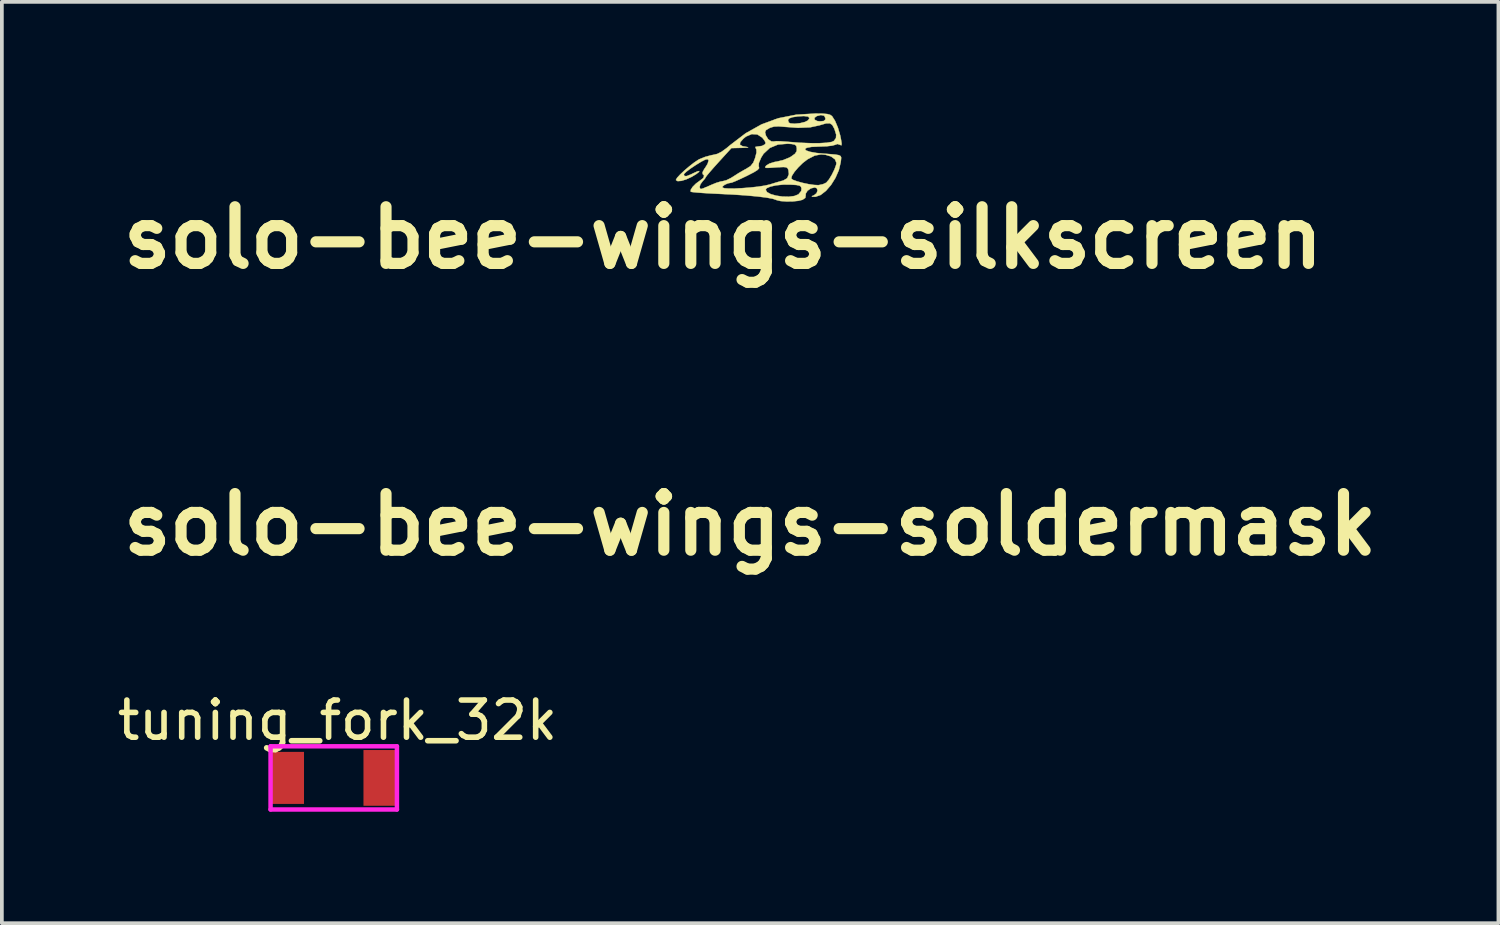
<source format=kicad_pcb>
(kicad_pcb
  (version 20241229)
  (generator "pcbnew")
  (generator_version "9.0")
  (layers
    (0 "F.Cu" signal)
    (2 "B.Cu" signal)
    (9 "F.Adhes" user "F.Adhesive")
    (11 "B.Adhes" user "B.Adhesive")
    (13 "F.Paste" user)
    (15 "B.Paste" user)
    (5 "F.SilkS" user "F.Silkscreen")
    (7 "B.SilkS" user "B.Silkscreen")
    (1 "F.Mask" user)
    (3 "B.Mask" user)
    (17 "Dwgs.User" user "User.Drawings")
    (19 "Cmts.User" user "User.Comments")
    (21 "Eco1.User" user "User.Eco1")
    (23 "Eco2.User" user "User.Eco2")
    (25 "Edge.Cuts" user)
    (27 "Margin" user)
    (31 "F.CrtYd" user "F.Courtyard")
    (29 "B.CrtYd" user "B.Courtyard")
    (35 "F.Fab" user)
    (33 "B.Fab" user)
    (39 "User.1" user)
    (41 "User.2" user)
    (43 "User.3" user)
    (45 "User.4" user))
  (footprint "tuning_fork_32k"
    (layer "F.Cu")
    (at 5.68 17.881)
    (property "Reference" "tuning_fork_32k" (at 0.35 -1.55 0) (layer "F.SilkS") (effects (font (size 1 1) (thickness 0.15))))
    (attr through_hole)
    (fp_line (start -1.45 -0.85) (end 1.95 -0.85) (stroke (width 0.12) (type solid)) (layer "F.CrtYd"))
    (fp_line (start -1.45 0.85) (end -1.45 -0.85) (stroke (width 0.12) (type solid)) (layer "F.CrtYd"))
    (fp_line (start 1.95 -0.85) (end 1.95 0.85) (stroke (width 0.12) (type solid)) (layer "F.CrtYd"))
    (fp_line (start 1.95 0.85) (end -1.45 0.85) (stroke (width 0.12) (type solid)) (layer "F.CrtYd"))
    (pad "1" smd rect (at -1 0) (size 0.9 1.4) (layers "F.Cu" "F.Mask" "F.Paste"))
    (pad "2" smd rect (at 1.5 0) (size 0.9 1.5) (layers "F.Cu" "F.Mask" "F.Paste")))
  (footprint "solo-bee-wings-soldermask"
    (layer "F.Cu")
    (at 17.134 11.065)
    (property "Reference" "solo-bee-wings-soldermask" (at 0 0 0) (layer "F.SilkS") (effects (font (size 1.524 1.524) (thickness 0.3))))
    (attr through_hole)
    (fp_poly (pts (xy 2.625 -1.122) (xy 2.603 -1.101) (xy 2.582 -1.122) (xy 2.603 -1.143) (xy 2.625 -1.122)) (stroke (width 0.01) (type solid)) (fill yes) (layer "F.Mask"))
    (fp_poly (pts (xy 3.006 -1.503) (xy 2.985 -1.482) (xy 2.963 -1.503) (xy 2.985 -1.524) (xy 3.006 -1.503)) (stroke (width 0.01) (type solid)) (fill yes) (layer "F.Mask"))
    (fp_poly (pts (xy 3.09 -3.027) (xy 3.069 -3.006) (xy 3.048 -3.027) (xy 3.069 -3.048) (xy 3.09 -3.027)) (stroke (width 0.01) (type solid)) (fill yes) (layer "F.Mask"))
    (fp_poly (pts (xy 3.09 -1.672) (xy 3.069 -1.651) (xy 3.048 -1.672) (xy 3.069 -1.693) (xy 3.09 -1.672)) (stroke (width 0.01) (type solid)) (fill yes) (layer "F.Mask"))
    (fp_poly (pts (xy 3.175 -2.773) (xy 3.154 -2.752) (xy 3.133 -2.773) (xy 3.154 -2.794) (xy 3.175 -2.773)) (stroke (width 0.01) (type solid)) (fill yes) (layer "F.Mask"))
    (fp_poly (pts (xy 3.175 -1.926) (xy 3.154 -1.905) (xy 3.133 -1.926) (xy 3.154 -1.947) (xy 3.175 -1.926)) (stroke (width 0.01) (type solid)) (fill yes) (layer "F.Mask"))
    (fp_poly (pts (xy 3.217 -2.519) (xy 3.196 -2.498) (xy 3.175 -2.519) (xy 3.196 -2.54) (xy 3.217 -2.519)) (stroke (width 0.01) (type solid)) (fill yes) (layer "F.Mask"))
    (fp_poly (pts (xy 3.217 -2.18) (xy 3.196 -2.159) (xy 3.175 -2.18) (xy 3.196 -2.201) (xy 3.217 -2.18)) (stroke (width 0.01) (type solid)) (fill yes) (layer "F.Mask"))
    (fp_poly (pts (xy 2.501 -1.308) (xy 2.53 -1.257) (xy 2.496 -1.191) (xy 2.434 -1.151) (xy 2.321 -1.108) (xy 2.255 -1.111) (xy 2.22 -1.147) (xy 2.221 -1.212) (xy 2.283 -1.275) (xy 2.383 -1.317) (xy 2.411 -1.322) (xy 2.501 -1.308)) (stroke (width 0.01) (type solid)) (fill yes) (layer "F.Mask"))
    (fp_poly (pts (xy 2.692 -3.273) (xy 2.743 -3.21) (xy 2.744 -3.207) (xy 2.734 -3.153) (xy 2.666 -3.134) (xy 2.63 -3.133) (xy 2.53 -3.147) (xy 2.474 -3.18) (xy 2.477 -3.239) (xy 2.503 -3.265) (xy 2.6 -3.294) (xy 2.692 -3.273)) (stroke (width 0.01) (type solid)) (fill yes) (layer "F.Mask"))
    (fp_poly (pts (xy 2.311 -3.247) (xy 2.312 -3.196) (xy 2.263 -3.147) (xy 2.176 -3.111) (xy 2.055 -3.092) (xy 1.924 -3.09) (xy 1.812 -3.103) (xy 1.745 -3.133) (xy 1.736 -3.153) (xy 1.751 -3.194) (xy 1.806 -3.225) (xy 1.916 -3.25) (xy 2.094 -3.273) (xy 2.106 -3.274) (xy 2.239 -3.275) (xy 2.311 -3.247)) (stroke (width 0.01) (type solid)) (fill yes) (layer "F.Mask"))
    (fp_poly (pts (xy 1.006 -2.725) (xy 1.031 -2.706) (xy 1.121 -2.612) (xy 1.136 -2.534) (xy 1.076 -2.481) (xy 0.991 -2.465) (xy 0.862 -2.457) (xy 0.716 -2.457) (xy 0.58 -2.464) (xy 0.481 -2.478) (xy 0.447 -2.494) (xy 0.459 -2.545) (xy 0.519 -2.626) (xy 0.553 -2.663) (xy 0.702 -2.768) (xy 0.854 -2.789) (xy 1.006 -2.725)) (stroke (width 0.01) (type solid)) (fill yes) (layer "F.Mask"))
    (fp_poly (pts (xy -0.384 -2.089) (xy -0.401 -2.014) (xy -0.47 -1.906) (xy -0.484 -1.889) (xy -0.559 -1.817) (xy -0.619 -1.792) (xy -0.628 -1.795) (xy -0.689 -1.792) (xy -0.786 -1.752) (xy -0.812 -1.737) (xy -0.949 -1.667) (xy -1.031 -1.657) (xy -1.057 -1.704) (xy -1.023 -1.746) (xy -0.935 -1.815) (xy -0.815 -1.9) (xy -0.682 -1.985) (xy -0.557 -2.058) (xy -0.461 -2.106) (xy -0.422 -2.117) (xy -0.384 -2.089)) (stroke (width 0.01) (type solid)) (fill yes) (layer "F.Mask"))
    (fp_poly (pts (xy 1.956 -1.422) (xy 2.047 -1.406) (xy 2.091 -1.378) (xy 2.108 -1.332) (xy 2.108 -1.327) (xy 2.083 -1.226) (xy 2.025 -1.168) (xy 1.909 -1.124) (xy 1.744 -1.105) (xy 1.559 -1.109) (xy 1.385 -1.137) (xy 1.281 -1.175) (xy 1.19 -1.232) (xy 1.144 -1.286) (xy 1.143 -1.293) (xy 1.182 -1.341) (xy 1.288 -1.383) (xy 1.442 -1.414) (xy 1.626 -1.431) (xy 1.799 -1.431) (xy 1.956 -1.422)) (stroke (width 0.01) (type solid)) (fill yes) (layer "F.Mask"))
    (fp_poly (pts (xy 3.132 -2.496) (xy 3.167 -2.418) (xy 3.178 -2.309) (xy 3.143 -2.228) (xy 3.077 -2.193) (xy 2.999 -2.222) (xy 2.989 -2.232) (xy 2.936 -2.248) (xy 2.819 -2.266) (xy 2.663 -2.281) (xy 2.612 -2.285) (xy 2.436 -2.299) (xy 2.328 -2.317) (xy 2.272 -2.344) (xy 2.252 -2.381) (xy 2.253 -2.417) (xy 2.285 -2.438) (xy 2.361 -2.45) (xy 2.498 -2.455) (xy 2.619 -2.455) (xy 2.791 -2.46) (xy 2.929 -2.472) (xy 3.012 -2.489) (xy 3.027 -2.498) (xy 3.079 -2.538) (xy 3.132 -2.496)) (stroke (width 0.01) (type solid)) (fill yes) (layer "F.Mask"))
    (fp_poly (pts (xy 2.907 -2.191) (xy 3.004 -2.113) (xy 3.03 -2.055) (xy 3.023 -1.967) (xy 2.979 -1.837) (xy 2.912 -1.69) (xy 2.832 -1.554) (xy 2.789 -1.497) (xy 2.718 -1.464) (xy 2.587 -1.447) (xy 2.419 -1.447) (xy 2.239 -1.461) (xy 2.069 -1.492) (xy 2.046 -1.498) (xy 1.93 -1.534) (xy 1.853 -1.566) (xy 1.84 -1.575) (xy 1.844 -1.625) (xy 1.895 -1.716) (xy 1.978 -1.83) (xy 2.079 -1.947) (xy 2.185 -2.049) (xy 2.247 -2.098) (xy 2.415 -2.184) (xy 2.593 -2.228) (xy 2.764 -2.23) (xy 2.907 -2.191)) (stroke (width 0.01) (type solid)) (fill yes) (layer "F.Mask"))
    (fp_poly (pts (xy 0.712 -2.409) (xy 0.834 -2.399) (xy 0.898 -2.385) (xy 0.902 -2.381) (xy 0.9 -2.326) (xy 0.874 -2.22) (xy 0.851 -2.148) (xy 0.815 -2.053) (xy 0.77 -1.98) (xy 0.701 -1.914) (xy 0.591 -1.84) (xy 0.424 -1.742) (xy 0.412 -1.735) (xy 0.248 -1.646) (xy 0.105 -1.575) (xy 0.002 -1.532) (xy -0.032 -1.524) (xy -0.109 -1.506) (xy -0.231 -1.462) (xy -0.332 -1.418) (xy -0.484 -1.35) (xy -0.575 -1.32) (xy -0.621 -1.324) (xy -0.635 -1.362) (xy -0.635 -1.374) (xy -0.609 -1.446) (xy -0.545 -1.537) (xy -0.54 -1.543) (xy -0.455 -1.64) (xy -0.349 -1.765) (xy -0.296 -1.827) (xy -0.182 -1.96) (xy -0.048 -2.113) (xy 0.038 -2.208) (xy 0.223 -2.413) (xy 0.554 -2.413) (xy 0.712 -2.409)) (stroke (width 0.01) (type solid)) (fill yes) (layer "F.Mask"))
    (fp_poly (pts (xy 2.896 -3.066) (xy 2.913 -3.055) (xy 2.975 -2.972) (xy 3.008 -2.846) (xy 3.008 -2.715) (xy 2.977 -2.627) (xy 2.942 -2.587) (xy 2.891 -2.562) (xy 2.808 -2.549) (xy 2.674 -2.545) (xy 2.485 -2.546) (xy 2.256 -2.552) (xy 2.015 -2.563) (xy 1.802 -2.577) (xy 1.736 -2.583) (xy 1.579 -2.595) (xy 1.456 -2.6) (xy 1.39 -2.596) (xy 1.386 -2.595) (xy 1.303 -2.591) (xy 1.216 -2.647) (xy 1.152 -2.744) (xy 1.149 -2.752) (xy 1.128 -2.839) (xy 1.154 -2.892) (xy 1.237 -2.94) (xy 1.355 -2.985) (xy 1.489 -3.002) (xy 1.661 -2.993) (xy 1.879 -2.959) (xy 2.052 -2.936) (xy 2.2 -2.939) (xy 2.371 -2.972) (xy 2.413 -2.983) (xy 2.608 -3.032) (xy 2.737 -3.062) (xy 2.817 -3.077) (xy 2.865 -3.077) (xy 2.896 -3.066)) (stroke (width 0.01) (type solid)) (fill yes) (layer "F.Mask"))
    (fp_poly (pts (xy 1.881 -2.523) (xy 1.969 -2.476) (xy 1.991 -2.403) (xy 1.958 -2.316) (xy 1.88 -2.228) (xy 1.769 -2.151) (xy 1.633 -2.095) (xy 1.485 -2.074) (xy 1.485 -2.074) (xy 1.311 -2.043) (xy 1.198 -1.971) (xy 1.079 -1.867) (xy 1.377 -1.892) (xy 1.543 -1.901) (xy 1.646 -1.895) (xy 1.707 -1.87) (xy 1.731 -1.847) (xy 1.771 -1.743) (xy 1.745 -1.636) (xy 1.663 -1.557) (xy 1.619 -1.541) (xy 1.513 -1.512) (xy 1.366 -1.469) (xy 1.27 -1.439) (xy 1.146 -1.41) (xy 0.975 -1.383) (xy 0.776 -1.36) (xy 0.567 -1.343) (xy 0.366 -1.331) (xy 0.19 -1.327) (xy 0.057 -1.332) (xy -0.014 -1.347) (xy -0.02 -1.352) (xy -0.027 -1.39) (xy 0.018 -1.421) (xy 0.13 -1.454) (xy 0.146 -1.458) (xy 0.239 -1.489) (xy 0.383 -1.549) (xy 0.554 -1.626) (xy 0.642 -1.669) (xy 0.826 -1.764) (xy 0.935 -1.833) (xy 0.973 -1.879) (xy 0.968 -1.894) (xy 0.956 -1.96) (xy 0.988 -2.066) (xy 1.051 -2.19) (xy 1.134 -2.309) (xy 1.223 -2.401) (xy 1.255 -2.423) (xy 1.41 -2.485) (xy 1.599 -2.525) (xy 1.783 -2.536) (xy 1.881 -2.523)) (stroke (width 0.01) (type solid)) (fill yes) (layer "F.Mask")))
  (footprint "solo-bee-wings-silkscreen"
    (layer "F.Cu")
    (at 16.408 3.348)
    (property "Reference" "solo-bee-wings-silkscreen" (at 0 0 0) (layer "F.SilkS") (effects (font (size 1.524 1.524) (thickness 0.3))))
    (attr through_hole)
    (fp_poly (pts (xy 2.674 -3.341) (xy 2.801 -3.33) (xy 2.88 -3.308) (xy 2.93 -3.273) (xy 2.932 -3.27) (xy 3.01 -3.147) (xy 3.086 -2.967) (xy 3.148 -2.757) (xy 3.169 -2.656) (xy 3.188 -2.538) (xy 3.184 -2.489) (xy 3.157 -2.495) (xy 3.151 -2.5) (xy 3.074 -2.524) (xy 3.011 -2.501) (xy 2.93 -2.479) (xy 2.791 -2.463) (xy 2.622 -2.456) (xy 2.588 -2.455) (xy 2.378 -2.446) (xy 2.25 -2.422) (xy 2.201 -2.389) (xy 2.229 -2.351) (xy 2.333 -2.314) (xy 2.512 -2.282) (xy 2.646 -2.269) (xy 2.869 -2.252) (xy 3.02 -2.239) (xy 3.113 -2.223) (xy 3.161 -2.198) (xy 3.176 -2.158) (xy 3.171 -2.097) (xy 3.161 -2.025) (xy 3.112 -1.819) (xy 3.022 -1.613) (xy 2.903 -1.422) (xy 2.766 -1.263) (xy 2.623 -1.152) (xy 2.487 -1.104) (xy 2.466 -1.103) (xy 2.388 -1.107) (xy 2.389 -1.12) (xy 2.445 -1.144) (xy 2.514 -1.2) (xy 2.54 -1.273) (xy 2.52 -1.334) (xy 2.465 -1.355) (xy 2.359 -1.329) (xy 2.269 -1.265) (xy 2.221 -1.187) (xy 2.221 -1.146) (xy 2.21 -1.074) (xy 2.136 -1.023) (xy 2.027 -0.995) (xy 1.872 -0.979) (xy 1.703 -0.977) (xy 1.549 -0.988) (xy 1.443 -1.012) (xy 1.431 -1.018) (xy 1.333 -1.051) (xy 1.157 -1.083) (xy 0.911 -1.113) (xy 0.601 -1.141) (xy 0.235 -1.165) (xy -0.095 -1.181) (xy -0.339 -1.193) (xy -0.553 -1.206) (xy -0.722 -1.219) (xy -0.834 -1.231) (xy -0.872 -1.239) (xy -0.872 -1.291) (xy -0.87 -1.293) (xy 1.143 -1.293) (xy 1.182 -1.228) (xy 1.284 -1.173) (xy 1.429 -1.133) (xy 1.597 -1.109) (xy 1.766 -1.105) (xy 1.915 -1.124) (xy 2.025 -1.168) (xy 2.1 -1.258) (xy 2.108 -1.327) (xy 2.093 -1.375) (xy 2.052 -1.405) (xy 1.965 -1.421) (xy 1.815 -1.43) (xy 1.799 -1.431) (xy 1.604 -1.43) (xy 1.422 -1.411) (xy 1.273 -1.378) (xy 1.174 -1.336) (xy 1.143 -1.293) (xy -0.87 -1.293) (xy -0.826 -1.362) (xy -0.635 -1.362) (xy -0.614 -1.316) (xy -0.597 -1.312) (xy -0.54 -1.329) (xy -0.483 -1.352) (xy -0.02 -1.352) (xy 0.035 -1.333) (xy 0.155 -1.325) (xy 0.323 -1.326) (xy 0.521 -1.336) (xy 0.731 -1.353) (xy 0.936 -1.375) (xy 1.116 -1.403) (xy 1.255 -1.434) (xy 1.27 -1.439) (xy 1.421 -1.486) (xy 1.556 -1.524) (xy 1.616 -1.54) (xy 1.711 -1.595) (xy 1.832 -1.595) (xy 1.833 -1.593) (xy 1.881 -1.558) (xy 1.99 -1.518) (xy 2.135 -1.478) (xy 2.295 -1.444) (xy 2.444 -1.422) (xy 2.559 -1.416) (xy 2.576 -1.418) (xy 2.691 -1.444) (xy 2.774 -1.483) (xy 2.775 -1.484) (xy 2.847 -1.568) (xy 2.925 -1.697) (xy 2.995 -1.84) (xy 3.04 -1.964) (xy 3.048 -2.015) (xy 3.009 -2.111) (xy 2.904 -2.188) (xy 2.751 -2.234) (xy 2.634 -2.244) (xy 2.463 -2.212) (xy 2.274 -2.114) (xy 2.267 -2.109) (xy 2.141 -2.012) (xy 2.02 -1.893) (xy 1.917 -1.772) (xy 1.85 -1.667) (xy 1.832 -1.595) (xy 1.711 -1.595) (xy 1.723 -1.602) (xy 1.769 -1.712) (xy 1.755 -1.826) (xy 1.734 -1.872) (xy 1.696 -1.897) (xy 1.62 -1.904) (xy 1.488 -1.898) (xy 1.41 -1.893) (xy 1.25 -1.882) (xy 1.161 -1.881) (xy 1.13 -1.893) (xy 1.141 -1.921) (xy 1.162 -1.945) (xy 1.248 -1.998) (xy 1.384 -2.04) (xy 1.445 -2.05) (xy 1.613 -2.09) (xy 1.778 -2.157) (xy 1.827 -2.184) (xy 1.933 -2.261) (xy 1.978 -2.33) (xy 1.982 -2.405) (xy 1.968 -2.471) (xy 1.93 -2.506) (xy 1.847 -2.523) (xy 1.736 -2.531) (xy 1.475 -2.509) (xy 1.256 -2.418) (xy 1.087 -2.261) (xy 1.023 -2.159) (xy 0.961 -2.013) (xy 0.956 -1.921) (xy 0.963 -1.907) (xy 0.966 -1.87) (xy 0.925 -1.825) (xy 0.828 -1.764) (xy 0.665 -1.68) (xy 0.631 -1.663) (xy 0.467 -1.585) (xy 0.331 -1.524) (xy 0.241 -1.488) (xy 0.217 -1.482) (xy 0.127 -1.465) (xy 0.04 -1.426) (xy -0.016 -1.38) (xy -0.02 -1.352) (xy -0.483 -1.352) (xy -0.434 -1.372) (xy -0.332 -1.418) (xy -0.191 -1.476) (xy -0.067 -1.514) (xy -0.008 -1.524) (xy 0.084 -1.547) (xy 0.206 -1.607) (xy 0.268 -1.645) (xy 0.416 -1.74) (xy 0.574 -1.831) (xy 0.619 -1.855) (xy 0.737 -1.929) (xy 0.811 -2.023) (xy 0.859 -2.145) (xy 0.897 -2.291) (xy 0.894 -2.378) (xy 0.881 -2.401) (xy 0.865 -2.444) (xy 0.922 -2.455) (xy 0.923 -2.455) (xy 1.047 -2.472) (xy 1.126 -2.515) (xy 1.143 -2.552) (xy 1.116 -2.613) (xy 1.052 -2.695) (xy 1.051 -2.696) (xy 0.92 -2.781) (xy 0.769 -2.79) (xy 0.614 -2.724) (xy 0.543 -2.666) (xy 0.459 -2.57) (xy 0.451 -2.505) (xy 0.522 -2.464) (xy 0.635 -2.444) (xy 0.675 -2.435) (xy 0.637 -2.426) (xy 0.527 -2.42) (xy 0.502 -2.42) (xy 0.221 -2.413) (xy -0.122 -2.037) (xy -0.255 -1.889) (xy -0.364 -1.764) (xy -0.438 -1.675) (xy -0.466 -1.635) (xy -0.466 -1.635) (xy -0.492 -1.589) (xy -0.55 -1.524) (xy -0.612 -1.44) (xy -0.635 -1.362) (xy -0.826 -1.362) (xy -0.819 -1.372) (xy -0.73 -1.461) (xy -0.638 -1.528) (xy -0.534 -1.608) (xy -0.512 -1.673) (xy -0.551 -1.715) (xy -0.555 -1.762) (xy -0.508 -1.851) (xy -0.482 -1.886) (xy -0.419 -1.989) (xy -0.393 -2.074) (xy -0.396 -2.094) (xy -0.422 -2.116) (xy -0.482 -2.103) (xy -0.586 -2.05) (xy -0.738 -1.957) (xy -0.88 -1.862) (xy -0.99 -1.778) (xy -1.051 -1.719) (xy -1.057 -1.704) (xy -1.04 -1.66) (xy -0.978 -1.661) (xy -0.861 -1.708) (xy -0.803 -1.737) (xy -0.69 -1.788) (xy -0.641 -1.796) (xy -0.654 -1.769) (xy -0.725 -1.714) (xy -0.847 -1.64) (xy -0.993 -1.572) (xy -1.125 -1.532) (xy -1.223 -1.524) (xy -1.269 -1.551) (xy -1.27 -1.56) (xy -1.239 -1.614) (xy -1.157 -1.703) (xy -1.041 -1.812) (xy -0.909 -1.924) (xy -0.779 -2.025) (xy -0.668 -2.099) (xy -0.643 -2.113) (xy -0.484 -2.177) (xy -0.313 -2.223) (xy -0.276 -2.229) (xy -0.16 -2.256) (xy -0.046 -2.312) (xy 0.089 -2.41) (xy 0.192 -2.496) (xy 0.607 -2.813) (xy 0.658 -2.841) (xy 1.127 -2.841) (xy 1.149 -2.754) (xy 1.149 -2.753) (xy 1.21 -2.653) (xy 1.297 -2.593) (xy 1.381 -2.592) (xy 1.386 -2.595) (xy 1.441 -2.6) (xy 1.557 -2.596) (xy 1.71 -2.585) (xy 1.736 -2.583) (xy 2.047 -2.558) (xy 2.334 -2.546) (xy 2.583 -2.545) (xy 2.783 -2.557) (xy 2.922 -2.579) (xy 2.981 -2.607) (xy 3.035 -2.684) (xy 3.041 -2.777) (xy 3 -2.911) (xy 2.987 -2.944) (xy 2.935 -3.038) (xy 2.869 -3.081) (xy 2.768 -3.078) (xy 2.613 -3.033) (xy 2.595 -3.027) (xy 2.339 -2.972) (xy 2.013 -2.959) (xy 1.67 -2.984) (xy 1.492 -2.998) (xy 1.369 -2.992) (xy 1.272 -2.964) (xy 1.238 -2.948) (xy 1.151 -2.895) (xy 1.127 -2.841) (xy 0.658 -2.841) (xy 1.033 -3.051) (xy 1.351 -3.168) (xy 1.744 -3.168) (xy 1.767 -3.1) (xy 1.807 -3.078) (xy 1.926 -3.069) (xy 2.07 -3.084) (xy 2.203 -3.117) (xy 2.284 -3.159) (xy 2.323 -3.222) (xy 2.317 -3.228) (xy 2.456 -3.228) (xy 2.463 -3.177) (xy 2.531 -3.141) (xy 2.603 -3.133) (xy 2.706 -3.142) (xy 2.747 -3.179) (xy 2.752 -3.217) (xy 2.719 -3.285) (xy 2.629 -3.303) (xy 2.522 -3.276) (xy 2.456 -3.228) (xy 2.317 -3.228) (xy 2.284 -3.262) (xy 2.172 -3.276) (xy 2.011 -3.267) (xy 1.857 -3.243) (xy 1.773 -3.21) (xy 1.744 -3.168) (xy 1.351 -3.168) (xy 1.482 -3.216) (xy 1.967 -3.312) (xy 2.481 -3.343) (xy 2.674 -3.341)) (stroke (width 0.01) (type solid)) (fill yes) (layer "F.SilkS")))
  (gr_rect
    (start -3 -3)
    (end 37.268 21.791)
    (stroke (width 0.1) (type default))
    (fill no)
    (layer "Edge.Cuts")))
</source>
